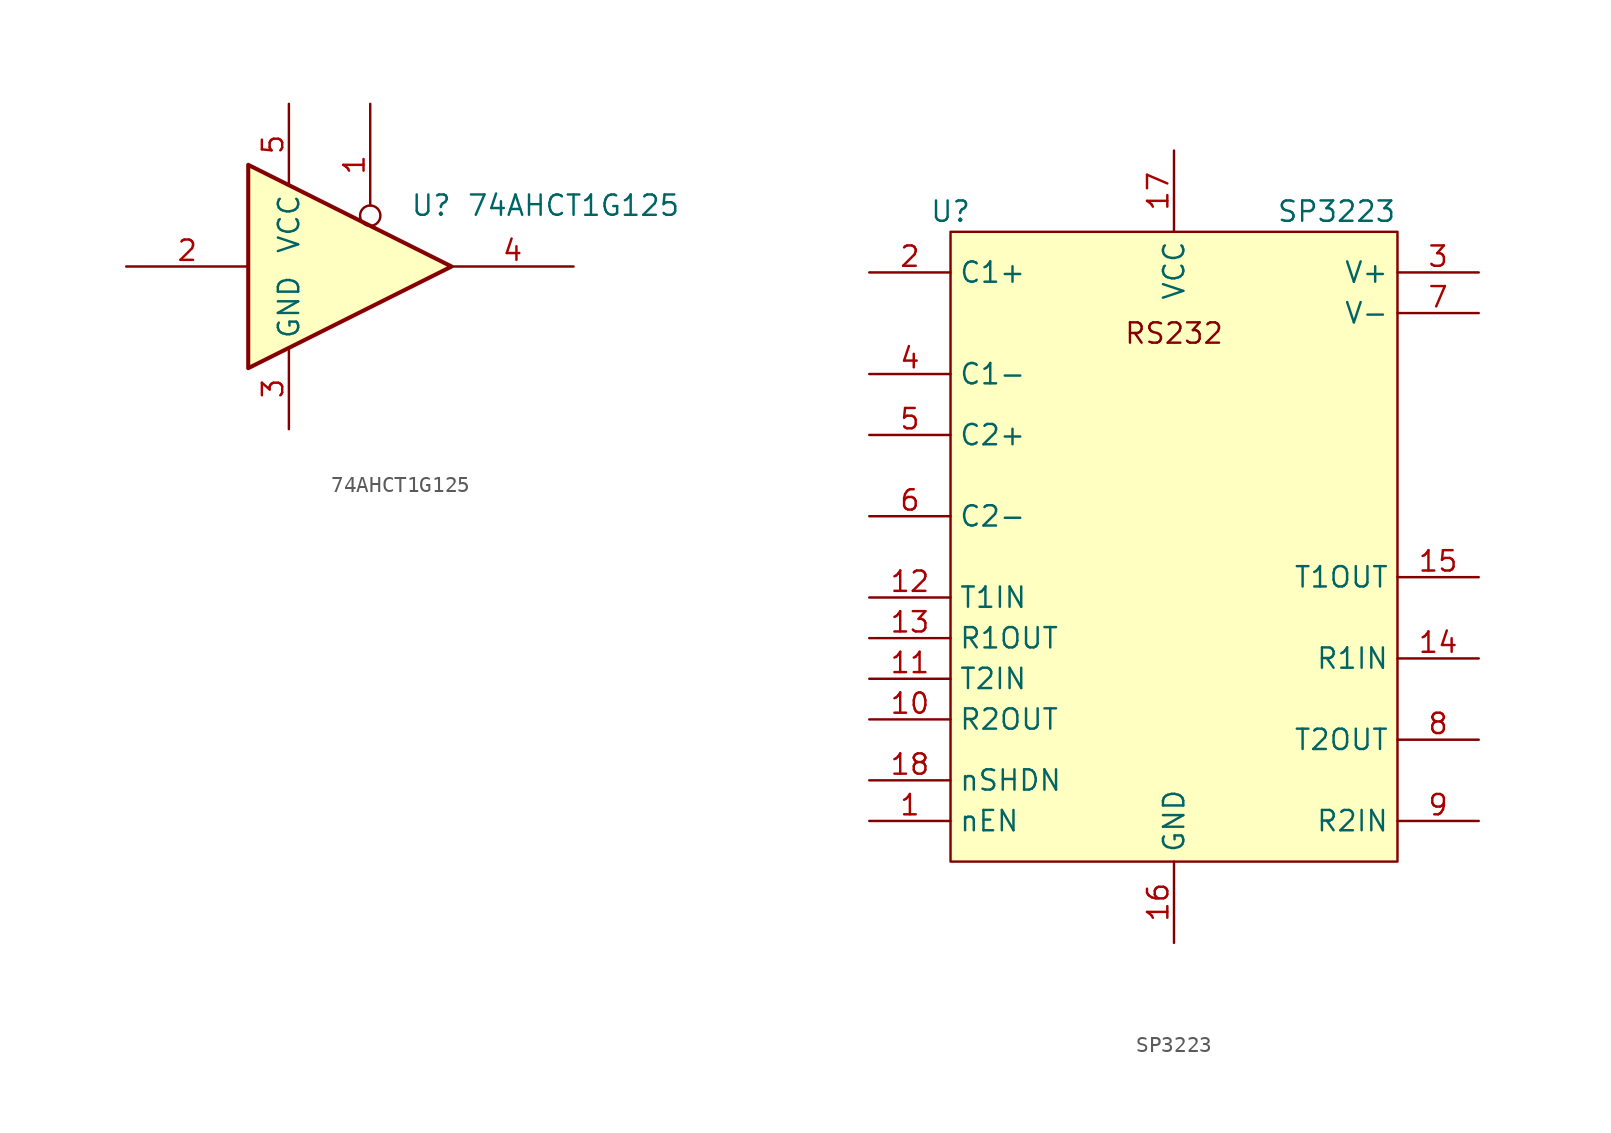
<source format=kicad_sym>
(kicad_symbol_lib
  (version 20241209)
  (generator "kicad_symbol_editor")
  (generator_version "9.0")
  (symbol "74AHCT1G125"
    (property "Reference" "U"
      (at 3.81 3.81 0)
      (effects (font (size 1.27 1.27))))
    (property "Value" "74AHCT1G125"
      (at 12.7 3.81 0)
      (effects (font (size 1.27 1.27))))
    (symbol "74AHCT1G125_0_1"
      (polyline (pts (xy -7.62 6.35) (xy -7.62 -6.35) (xy 5.08 0) (xy -7.62 6.35)) (stroke (width 0.254) (type default)) (fill (type background))))
    (symbol "74AHCT1G125_1_1"
      (pin input line (at -15.24 0 0) (length 7.62) (name "~" (effects (font (size 1.27 1.27)))) (number "2" (effects (font (size 1.27 1.27)))))
      (pin power_in line (at -5.08 10.16 270) (length 5.08) (name "VCC" (effects (font (size 1.27 1.27)))) (number "5" (effects (font (size 1.27 1.27)))))
      (pin power_in line (at -5.08 -10.16 90) (length 5.08) (name "GND" (effects (font (size 1.27 1.27)))) (number "3" (effects (font (size 1.27 1.27)))))
      (pin input inverted (at 0 10.16 270) (length 7.62) (name "~" (effects (font (size 1.27 1.27)))) (number "1" (effects (font (size 1.27 1.27)))))
      (pin tri_state line (at 12.7 0 180) (length 7.62) (name "~" (effects (font (size 1.27 1.27)))) (number "4" (effects (font (size 1.27 1.27)))))))
  (symbol "SP3223"
    (property "Reference" "U"
      (at -13.97 21.59 0)
      (effects (font (size 1.27 1.27))))
    (property "Value" "SP3223"
      (at 10.16 21.59 0)
      (effects (font (size 1.27 1.27))))
    (symbol "SP3223_0_0"
      (text "RS232" (at 0 13.97 0) (effects (font (size 1.27 1.27)))))
    (symbol "SP3223_0_1"
      (rectangle (start -13.97 20.32) (end 13.97 -19.05) (stroke (width 0) (type default)) (fill (type background))))
    (symbol "SP3223_1_1"
      (pin bidirectional line (at -19.05 17.78 0) (length 5.08) (name "C1+" (effects (font (size 1.27 1.27)))) (number "2" (effects (font (size 1.27 1.27)))))
      (pin bidirectional line (at -19.05 11.43 0) (length 5.08) (name "C1-" (effects (font (size 1.27 1.27)))) (number "4" (effects (font (size 1.27 1.27)))))
      (pin bidirectional line (at -19.05 7.62 0) (length 5.08) (name "C2+" (effects (font (size 1.27 1.27)))) (number "5" (effects (font (size 1.27 1.27)))))
      (pin bidirectional line (at -19.05 2.54 0) (length 5.08) (name "C2-" (effects (font (size 1.27 1.27)))) (number "6" (effects (font (size 1.27 1.27)))))
      (pin input line (at -19.05 -2.54 0) (length 5.08) (name "T1IN" (effects (font (size 1.27 1.27)))) (number "12" (effects (font (size 1.27 1.27)))))
      (pin output line (at -19.05 -5.08 0) (length 5.08) (name "R1OUT" (effects (font (size 1.27 1.27)))) (number "13" (effects (font (size 1.27 1.27)))))
      (pin input line (at -19.05 -7.62 0) (length 5.08) (name "T2IN" (effects (font (size 1.27 1.27)))) (number "11" (effects (font (size 1.27 1.27)))))
      (pin output line (at -19.05 -10.16 0) (length 5.08) (name "R2OUT" (effects (font (size 1.27 1.27)))) (number "10" (effects (font (size 1.27 1.27)))))
      (pin input line (at -19.05 -13.97 0) (length 5.08) (name "nSHDN" (effects (font (size 1.27 1.27)))) (number "18" (effects (font (size 1.27 1.27)))))
      (pin input line (at -19.05 -16.51 0) (length 5.08) (name "nEN" (effects (font (size 1.27 1.27)))) (number "1" (effects (font (size 1.27 1.27)))))
      (pin power_in line (at 0 25.4 270) (length 5.08) (name "VCC" (effects (font (size 1.27 1.27)))) (number "17" (effects (font (size 1.27 1.27)))))
      (pin power_in line (at 0 -24.13 90) (length 5.08) (name "GND" (effects (font (size 1.27 1.27)))) (number "16" (effects (font (size 1.27 1.27)))))
      (pin power_out line (at 19.05 17.78 180) (length 5.08) (name "V+" (effects (font (size 1.27 1.27)))) (number "3" (effects (font (size 1.27 1.27)))))
      (pin power_out line (at 19.05 15.24 180) (length 5.08) (name "V-" (effects (font (size 1.27 1.27)))) (number "7" (effects (font (size 1.27 1.27)))))
      (pin output line (at 19.05 -1.27 180) (length 5.08) (name "T1OUT" (effects (font (size 1.27 1.27)))) (number "15" (effects (font (size 1.27 1.27)))))
      (pin input line (at 19.05 -6.35 180) (length 5.08) (name "R1IN" (effects (font (size 1.27 1.27)))) (number "14" (effects (font (size 1.27 1.27)))))
      (pin output line (at 19.05 -11.43 180) (length 5.08) (name "T2OUT" (effects (font (size 1.27 1.27)))) (number "8" (effects (font (size 1.27 1.27)))))
      (pin input line (at 19.05 -16.51 180) (length 5.08) (name "R2IN" (effects (font (size 1.27 1.27)))) (number "9" (effects (font (size 1.27 1.27))))))))
</source>
